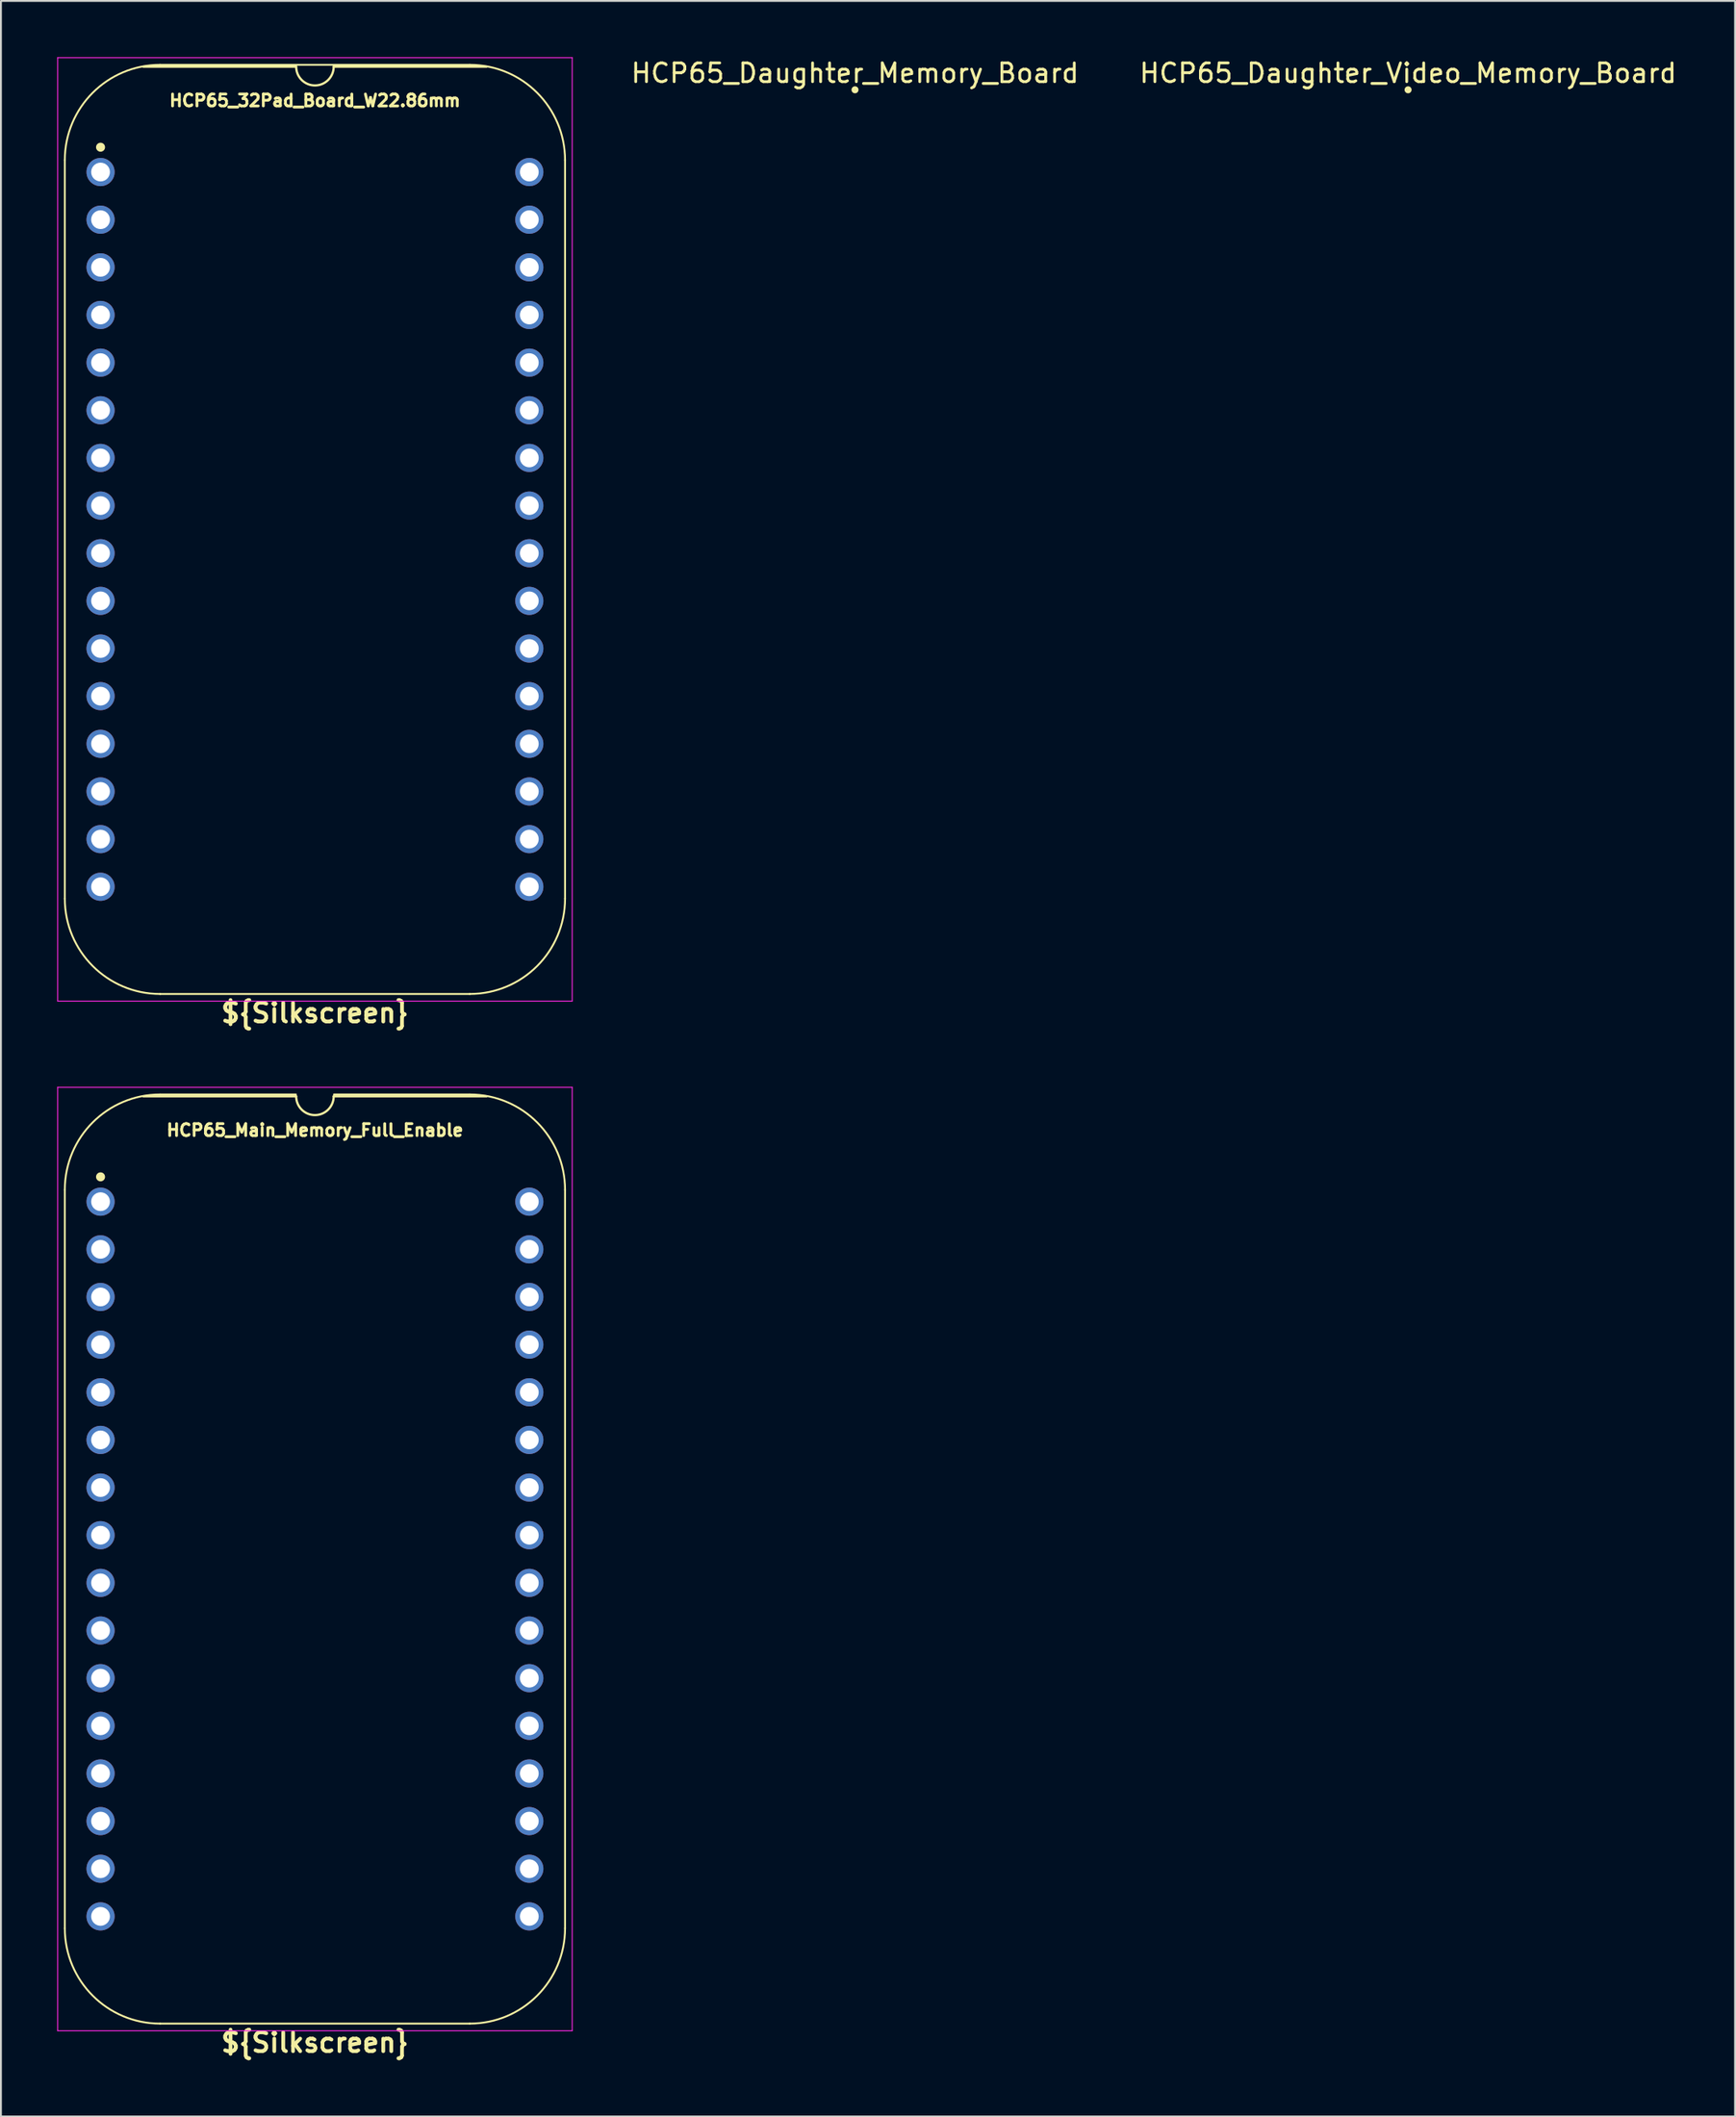
<source format=kicad_pcb>
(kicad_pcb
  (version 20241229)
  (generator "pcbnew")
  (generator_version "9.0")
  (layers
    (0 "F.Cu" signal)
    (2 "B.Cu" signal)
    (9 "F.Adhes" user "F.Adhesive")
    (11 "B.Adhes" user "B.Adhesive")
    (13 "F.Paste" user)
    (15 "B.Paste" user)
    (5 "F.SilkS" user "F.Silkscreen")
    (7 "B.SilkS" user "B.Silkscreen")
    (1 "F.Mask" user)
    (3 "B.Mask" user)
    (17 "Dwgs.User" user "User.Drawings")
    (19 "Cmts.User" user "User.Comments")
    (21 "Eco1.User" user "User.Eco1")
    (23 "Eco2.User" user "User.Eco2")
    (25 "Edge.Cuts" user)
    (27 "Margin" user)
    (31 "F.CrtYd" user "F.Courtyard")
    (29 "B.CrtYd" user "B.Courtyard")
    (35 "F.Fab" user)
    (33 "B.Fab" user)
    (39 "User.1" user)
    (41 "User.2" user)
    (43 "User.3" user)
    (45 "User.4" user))
  (footprint "HCP65_Daughter_Video_Memory_Board"
    (layer "F.Cu")
    (at 72.024 1.737)
    (property "Reference" "HCP65_Daughter_Video_Memory_Board" (at 0 -0.889 0) (unlocked yes) (layer "F.SilkS") (effects (font (size 1 1) (thickness 0.15))))
    (attr through_hole)
    (fp_circle (center 0 0) (end 0.127 0) (stroke (width 0.12) (type solid)) (fill yes) (layer "F.SilkS")))
  (footprint "HCP65_Main_Memory_Full_Enable"
    (layer "F.Cu")
    (at 2.311 61.009)
    (property "Reference" "HCP65_Main_Memory_Full_Enable" (at 11.43 -3.81 0) (layer "F.SilkS") (effects (font (size 0.635 0.635) (thickness 0.15))))
    (property "Silkscreen" "${Silkscreen}" (at 11.43 44.831 0) (layer "F.SilkS") (effects (font (size 1 1) (thickness 0.2))))
    (attr through_hole)
    (fp_line (start -1.905 -0.635) (end -1.905 38.735) (stroke (width 0.1) (type solid)) (layer "F.SilkS"))
    (fp_line (start 10.414 -5.715) (end 3.175 -5.715) (stroke (width 0.1) (type solid)) (layer "F.SilkS"))
    (fp_line (start 10.43 -5.616) (end 2.286 -5.616) (stroke (width 0.12) (type solid)) (layer "F.SilkS"))
    (fp_line (start 19.685 -5.715) (end 12.446 -5.715) (stroke (width 0.1) (type solid)) (layer "F.SilkS"))
    (fp_line (start 19.685 43.815) (end 3.175 43.815) (stroke (width 0.1) (type solid)) (layer "F.SilkS"))
    (fp_line (start 20.574 -5.616) (end 12.43 -5.616) (stroke (width 0.12) (type solid)) (layer "F.SilkS"))
    (fp_line (start 24.765 38.735) (end 24.765 -0.635) (stroke (width 0.1) (type solid)) (layer "F.SilkS"))
    (fp_arc (start -1.905 -0.635) (mid -0.417102 -4.227102) (end 3.175 -5.715) (stroke (width 0.1) (type solid)) (layer "F.SilkS"))
    (fp_arc (start 3.175 43.815) (mid -0.417102 42.327102) (end -1.905 38.735) (stroke (width 0.1) (type solid)) (layer "F.SilkS"))
    (fp_arc (start 12.43 -5.616) (mid 11.43 -4.616) (end 10.43 -5.616) (stroke (width 0.12) (type solid)) (layer "F.SilkS"))
    (fp_arc (start 19.685 -5.715) (mid 23.277102 -4.227102) (end 24.765 -0.635) (stroke (width 0.1) (type solid)) (layer "F.SilkS"))
    (fp_arc (start 24.765 38.735) (mid 23.277102 42.327102) (end 19.685 43.815) (stroke (width 0.1) (type solid)) (layer "F.SilkS"))
    (fp_circle (center 0 -1.323) (end 0.18 -1.323) (stroke (width 0.12) (type solid)) (fill yes) (layer "F.SilkS"))
    (fp_line (start -2.286 -6.096) (end -2.286 44.196) (stroke (width 0.05) (type solid)) (layer "F.CrtYd"))
    (fp_line (start -2.286 -6.096) (end 25.146 -6.096) (stroke (width 0.05) (type solid)) (layer "F.CrtYd"))
    (fp_line (start -2.286 44.196) (end 25.146 44.196) (stroke (width 0.05) (type solid)) (layer "F.CrtYd"))
    (fp_line (start 25.146 44.196) (end 25.146 -6.096) (stroke (width 0.05) (type solid)) (layer "F.CrtYd"))
    (pad "1" thru_hole circle (at 0 0) (size 1.5 1.5) (drill 1) (layers "*.Cu" "*.Mask"))
    (pad "2" thru_hole circle (at 0 2.54) (size 1.5 1.5) (drill 1) (layers "*.Cu" "*.Mask"))
    (pad "3" thru_hole circle (at 0 5.08) (size 1.5 1.5) (drill 1) (layers "*.Cu" "*.Mask"))
    (pad "4" thru_hole circle (at 0 7.62) (size 1.5 1.5) (drill 1) (layers "*.Cu" "*.Mask"))
    (pad "5" thru_hole circle (at 0 10.16) (size 1.5 1.5) (drill 1) (layers "*.Cu" "*.Mask"))
    (pad "6" thru_hole circle (at 0 12.7) (size 1.5 1.5) (drill 1) (layers "*.Cu" "*.Mask"))
    (pad "7" thru_hole circle (at 0 15.24) (size 1.5 1.5) (drill 1) (layers "*.Cu" "*.Mask"))
    (pad "8" thru_hole circle (at 0 17.78) (size 1.5 1.5) (drill 1) (layers "*.Cu" "*.Mask"))
    (pad "9" thru_hole circle (at 0 20.32) (size 1.5 1.5) (drill 1) (layers "*.Cu" "*.Mask"))
    (pad "10" thru_hole circle (at 0 22.86) (size 1.5 1.5) (drill 1) (layers "*.Cu" "*.Mask"))
    (pad "11" thru_hole circle (at 0 25.4) (size 1.5 1.5) (drill 1) (layers "*.Cu" "*.Mask"))
    (pad "12" thru_hole circle (at 0 27.94) (size 1.5 1.5) (drill 1) (layers "*.Cu" "*.Mask"))
    (pad "13" thru_hole circle (at 0 30.48) (size 1.5 1.5) (drill 1) (layers "*.Cu" "*.Mask"))
    (pad "14" thru_hole circle (at 0 33.02) (size 1.5 1.5) (drill 1) (layers "*.Cu" "*.Mask"))
    (pad "15" thru_hole circle (at 0 35.56) (size 1.5 1.5) (drill 1) (layers "*.Cu" "*.Mask"))
    (pad "16" thru_hole circle (at 0 38.1) (size 1.5 1.5) (drill 1) (layers "*.Cu" "*.Mask"))
    (pad "17" thru_hole circle (at 22.86 38.1) (size 1.5 1.5) (drill 1) (layers "*.Cu" "*.Mask"))
    (pad "18" thru_hole circle (at 22.86 35.56) (size 1.5 1.5) (drill 1) (layers "*.Cu" "*.Mask"))
    (pad "19" thru_hole circle (at 22.86 33.02) (size 1.5 1.5) (drill 1) (layers "*.Cu" "*.Mask"))
    (pad "20" thru_hole circle (at 22.86 30.48) (size 1.5 1.5) (drill 1) (layers "*.Cu" "*.Mask"))
    (pad "21" thru_hole circle (at 22.86 27.94) (size 1.5 1.5) (drill 1) (layers "*.Cu" "*.Mask"))
    (pad "22" thru_hole circle (at 22.86 25.4) (size 1.5 1.5) (drill 1) (layers "*.Cu" "*.Mask"))
    (pad "23" thru_hole circle (at 22.86 22.86) (size 1.5 1.5) (drill 1) (layers "*.Cu" "*.Mask"))
    (pad "24" thru_hole circle (at 22.86 20.32) (size 1.5 1.5) (drill 1) (layers "*.Cu" "*.Mask"))
    (pad "25" thru_hole circle (at 22.86 17.78) (size 1.5 1.5) (drill 1) (layers "*.Cu" "*.Mask"))
    (pad "26" thru_hole circle (at 22.86 15.24) (size 1.5 1.5) (drill 1) (layers "*.Cu" "*.Mask"))
    (pad "27" thru_hole circle (at 22.86 12.7) (size 1.5 1.5) (drill 1) (layers "*.Cu" "*.Mask"))
    (pad "28" thru_hole circle (at 22.86 10.16) (size 1.5 1.5) (drill 1) (layers "*.Cu" "*.Mask"))
    (pad "29" thru_hole circle (at 22.86 7.62) (size 1.5 1.5) (drill 1) (layers "*.Cu" "*.Mask"))
    (pad "30" thru_hole circle (at 22.86 5.08) (size 1.5 1.5) (drill 1) (layers "*.Cu" "*.Mask"))
    (pad "31" thru_hole circle (at 22.86 2.54) (size 1.5 1.5) (drill 1) (layers "*.Cu" "*.Mask"))
    (pad "32" thru_hole circle (at 22.86 0) (size 1.5 1.5) (drill 1) (layers "*.Cu" "*.Mask")))
  (footprint "HCP65_32Pad_Board_W22.86mm"
    (layer "F.Cu")
    (at 2.311 6.121)
    (property "Reference" "HCP65_32Pad_Board_W22.86mm" (at 11.43 -3.81 0) (layer "F.SilkS") (effects (font (size 0.635 0.635) (thickness 0.15))))
    (attr through_hole)
    (fp_line (start -1.905 -0.635) (end -1.905 38.735) (stroke (width 0.1) (type solid)) (layer "F.SilkS"))
    (fp_line (start 10.43 -5.616) (end 2.286 -5.616) (stroke (width 0.12) (type solid)) (layer "F.SilkS"))
    (fp_line (start 19.685 -5.715) (end 3.175 -5.715) (stroke (width 0.1) (type solid)) (layer "F.SilkS"))
    (fp_line (start 19.685 43.815) (end 3.175 43.815) (stroke (width 0.1) (type solid)) (layer "F.SilkS"))
    (fp_line (start 20.574 -5.616) (end 12.43 -5.616) (stroke (width 0.12) (type solid)) (layer "F.SilkS"))
    (fp_line (start 24.765 38.735) (end 24.765 -0.635) (stroke (width 0.1) (type solid)) (layer "F.SilkS"))
    (fp_arc (start -1.905 -0.635) (mid -0.417102 -4.227102) (end 3.175 -5.715) (stroke (width 0.1) (type solid)) (layer "F.SilkS"))
    (fp_arc (start 3.175 43.815) (mid -0.417102 42.327102) (end -1.905 38.735) (stroke (width 0.1) (type solid)) (layer "F.SilkS"))
    (fp_arc (start 12.43 -5.616) (mid 11.43 -4.616) (end 10.43 -5.616) (stroke (width 0.12) (type solid)) (layer "F.SilkS"))
    (fp_arc (start 19.685 -5.715) (mid 23.277102 -4.227102) (end 24.765 -0.635) (stroke (width 0.1) (type solid)) (layer "F.SilkS"))
    (fp_arc (start 24.765 38.735) (mid 23.277102 42.327102) (end 19.685 43.815) (stroke (width 0.1) (type solid)) (layer "F.SilkS"))
    (fp_circle (center 0 -1.323) (end 0.18 -1.323) (stroke (width 0.12) (type solid)) (fill yes) (layer "F.SilkS"))
    (fp_line (start -2.286 -6.096) (end -2.286 44.196) (stroke (width 0.05) (type solid)) (layer "F.CrtYd"))
    (fp_line (start -2.286 -6.096) (end 25.146 -6.096) (stroke (width 0.05) (type solid)) (layer "F.CrtYd"))
    (fp_line (start -2.286 44.196) (end 25.146 44.196) (stroke (width 0.05) (type solid)) (layer "F.CrtYd"))
    (fp_line (start 25.146 44.196) (end 25.146 -6.096) (stroke (width 0.05) (type solid)) (layer "F.CrtYd"))
    (fp_text user "${Silkscreen}" (at 11.43 44.831 0) (layer "F.SilkS") (effects (font (size 1 1) (thickness 0.2) (bold yes))))
    (pad "1" thru_hole circle (at 0 0) (size 1.5 1.5) (drill 1) (layers "*.Cu" "*.Mask"))
    (pad "2" thru_hole circle (at 0 2.54) (size 1.5 1.5) (drill 1) (layers "*.Cu" "*.Mask"))
    (pad "3" thru_hole circle (at 0 5.08) (size 1.5 1.5) (drill 1) (layers "*.Cu" "*.Mask"))
    (pad "4" thru_hole circle (at 0 7.62) (size 1.5 1.5) (drill 1) (layers "*.Cu" "*.Mask"))
    (pad "5" thru_hole circle (at 0 10.16) (size 1.5 1.5) (drill 1) (layers "*.Cu" "*.Mask"))
    (pad "6" thru_hole circle (at 0 12.7) (size 1.5 1.5) (drill 1) (layers "*.Cu" "*.Mask"))
    (pad "7" thru_hole circle (at 0 15.24) (size 1.5 1.5) (drill 1) (layers "*.Cu" "*.Mask"))
    (pad "8" thru_hole circle (at 0 17.78) (size 1.5 1.5) (drill 1) (layers "*.Cu" "*.Mask"))
    (pad "9" thru_hole circle (at 0 20.32) (size 1.5 1.5) (drill 1) (layers "*.Cu" "*.Mask"))
    (pad "10" thru_hole circle (at 0 22.86) (size 1.5 1.5) (drill 1) (layers "*.Cu" "*.Mask"))
    (pad "11" thru_hole circle (at 0 25.4) (size 1.5 1.5) (drill 1) (layers "*.Cu" "*.Mask"))
    (pad "12" thru_hole circle (at 0 27.94) (size 1.5 1.5) (drill 1) (layers "*.Cu" "*.Mask"))
    (pad "13" thru_hole circle (at 0 30.48) (size 1.5 1.5) (drill 1) (layers "*.Cu" "*.Mask"))
    (pad "14" thru_hole circle (at 0 33.02) (size 1.5 1.5) (drill 1) (layers "*.Cu" "*.Mask"))
    (pad "15" thru_hole circle (at 0 35.56) (size 1.5 1.5) (drill 1) (layers "*.Cu" "*.Mask"))
    (pad "16" thru_hole circle (at 0 38.1) (size 1.5 1.5) (drill 1) (layers "*.Cu" "*.Mask"))
    (pad "17" thru_hole circle (at 22.86 38.1) (size 1.5 1.5) (drill 1) (layers "*.Cu" "*.Mask"))
    (pad "18" thru_hole circle (at 22.86 35.56) (size 1.5 1.5) (drill 1) (layers "*.Cu" "*.Mask"))
    (pad "19" thru_hole circle (at 22.86 33.02) (size 1.5 1.5) (drill 1) (layers "*.Cu" "*.Mask"))
    (pad "20" thru_hole circle (at 22.86 30.48) (size 1.5 1.5) (drill 1) (layers "*.Cu" "*.Mask"))
    (pad "21" thru_hole circle (at 22.86 27.94) (size 1.5 1.5) (drill 1) (layers "*.Cu" "*.Mask"))
    (pad "22" thru_hole circle (at 22.86 25.4) (size 1.5 1.5) (drill 1) (layers "*.Cu" "*.Mask"))
    (pad "23" thru_hole circle (at 22.86 22.86) (size 1.5 1.5) (drill 1) (layers "*.Cu" "*.Mask"))
    (pad "24" thru_hole circle (at 22.86 20.32) (size 1.5 1.5) (drill 1) (layers "*.Cu" "*.Mask"))
    (pad "25" thru_hole circle (at 22.86 17.78) (size 1.5 1.5) (drill 1) (layers "*.Cu" "*.Mask"))
    (pad "26" thru_hole circle (at 22.86 15.24) (size 1.5 1.5) (drill 1) (layers "*.Cu" "*.Mask"))
    (pad "27" thru_hole circle (at 22.86 12.7) (size 1.5 1.5) (drill 1) (layers "*.Cu" "*.Mask"))
    (pad "28" thru_hole circle (at 22.86 10.16) (size 1.5 1.5) (drill 1) (layers "*.Cu" "*.Mask"))
    (pad "29" thru_hole circle (at 22.86 7.62) (size 1.5 1.5) (drill 1) (layers "*.Cu" "*.Mask"))
    (pad "30" thru_hole circle (at 22.86 5.08) (size 1.5 1.5) (drill 1) (layers "*.Cu" "*.Mask"))
    (pad "31" thru_hole circle (at 22.86 2.54) (size 1.5 1.5) (drill 1) (layers "*.Cu" "*.Mask"))
    (pad "32" thru_hole circle (at 22.86 0) (size 1.5 1.5) (drill 1) (layers "*.Cu" "*.Mask")))
  (footprint "HCP65_Daughter_Memory_Board"
    (layer "F.Cu")
    (at 42.536 1.737)
    (property "Reference" "HCP65_Daughter_Memory_Board" (at 0 -0.889 0) (unlocked yes) (layer "F.SilkS") (effects (font (size 1 1) (thickness 0.15))))
    (attr through_hole)
    (fp_circle (center 0 0) (end 0.127 0) (stroke (width 0.12) (type solid)) (fill yes) (layer "F.SilkS")))
  (gr_rect
    (start -3 -3)
    (end 89.458 109.776)
    (stroke (width 0.1) (type default))
    (fill no)
    (layer "Edge.Cuts")))
</source>
